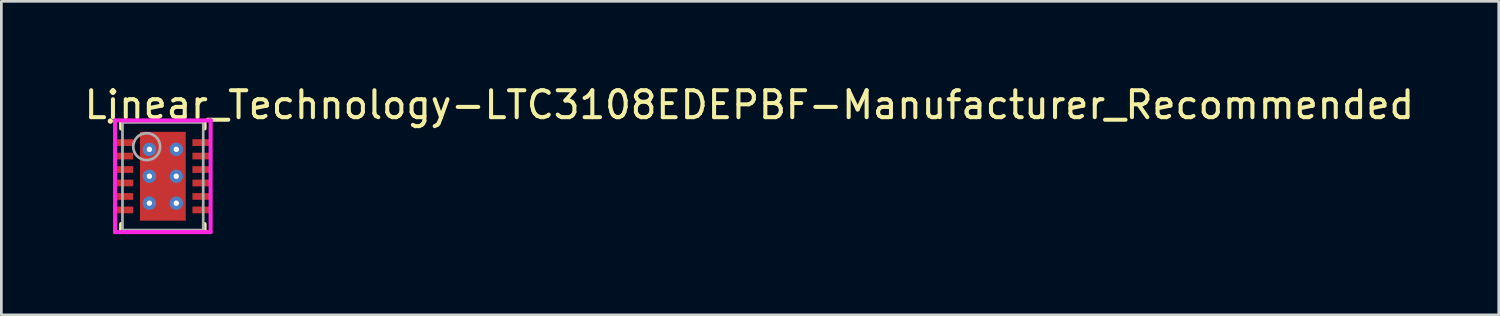
<source format=kicad_pcb>
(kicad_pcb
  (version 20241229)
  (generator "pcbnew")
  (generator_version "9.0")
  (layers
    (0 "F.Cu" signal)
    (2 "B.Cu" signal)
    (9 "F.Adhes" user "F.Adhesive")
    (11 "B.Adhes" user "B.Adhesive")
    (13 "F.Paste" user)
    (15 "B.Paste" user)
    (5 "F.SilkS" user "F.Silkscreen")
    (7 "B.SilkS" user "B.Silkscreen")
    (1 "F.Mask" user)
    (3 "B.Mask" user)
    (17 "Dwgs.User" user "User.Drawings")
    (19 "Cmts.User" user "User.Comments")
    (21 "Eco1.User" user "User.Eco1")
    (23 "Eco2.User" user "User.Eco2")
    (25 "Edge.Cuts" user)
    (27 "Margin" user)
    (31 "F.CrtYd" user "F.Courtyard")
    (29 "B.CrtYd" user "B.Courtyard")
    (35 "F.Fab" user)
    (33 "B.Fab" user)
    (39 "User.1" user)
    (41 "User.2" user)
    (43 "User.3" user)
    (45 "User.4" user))
  (footprint "Linear_Technology-LTC3108EDEPBF-Manufacturer_Recommended"
    (layer "F.Cu")
    (at 3 3.498)
    (property "Reference" "Linear_Technology-LTC3108EDEPBF-Manufacturer_Recommended" (at -3 -2.65 0) (layer "F.SilkS") (effects (font (size 1 1) (thickness 0.15)) (justify left)))
    (attr through_hole)
    (fp_line (start -1.55 -2.05) (end -1.2 -2.05) (stroke (width 0.15) (type solid)) (layer "F.SilkS"))
    (fp_line (start -1.55 -1.775) (end -1.55 -2.05) (stroke (width 0.15) (type solid)) (layer "F.SilkS"))
    (fp_line (start -1.55 2.05) (end -1.55 1.775) (stroke (width 0.15) (type solid)) (layer "F.SilkS"))
    (fp_line (start -1.55 2.05) (end -1.2 2.05) (stroke (width 0.15) (type solid)) (layer "F.SilkS"))
    (fp_line (start 1.2 -2.05) (end 1.55 -2.05) (stroke (width 0.15) (type solid)) (layer "F.SilkS"))
    (fp_line (start 1.2 2.05) (end 1.55 2.05) (stroke (width 0.15) (type solid)) (layer "F.SilkS"))
    (fp_line (start 1.55 -1.775) (end 1.55 -2.05) (stroke (width 0.15) (type solid)) (layer "F.SilkS"))
    (fp_line (start 1.55 2.05) (end 1.55 1.775) (stroke (width 0.15) (type solid)) (layer "F.SilkS"))
    (fp_circle (center -1.95 -2.05) (end -1.9 -2.05) (stroke (width 0.1) (type solid)) (fill no) (layer "F.SilkS"))
    (fp_line (start -1.775 -2.075) (end -1.775 2.075) (stroke (width 0.15) (type solid)) (layer "F.CrtYd"))
    (fp_line (start -1.775 2.075) (end 1.775 2.075) (stroke (width 0.15) (type solid)) (layer "F.CrtYd"))
    (fp_line (start 1.775 -2.075) (end -1.775 -2.075) (stroke (width 0.15) (type solid)) (layer "F.CrtYd"))
    (fp_line (start 1.775 -2.075) (end 1.775 -2.075) (stroke (width 0.15) (type solid)) (layer "F.CrtYd"))
    (fp_line (start 1.775 2.075) (end 1.775 -2.075) (stroke (width 0.15) (type solid)) (layer "F.CrtYd"))
    (fp_line (start -1.5 -2) (end 1.5 -2) (stroke (width 0.1) (type solid)) (layer "F.Fab"))
    (fp_line (start -1.5 2) (end -1.5 -2) (stroke (width 0.1) (type solid)) (layer "F.Fab"))
    (fp_line (start -1.5 2) (end 1.5 2) (stroke (width 0.1) (type solid)) (layer "F.Fab"))
    (fp_line (start 1.5 2) (end 1.5 -2) (stroke (width 0.1) (type solid)) (layer "F.Fab"))
    (fp_circle (center -0.6 -1.1) (end -0.1 -1.1) (stroke (width 0.1) (type solid)) (fill no) (layer "F.Fab"))
    (pad "1" smd rect (at -1.425 -1.25 270) (size 0.25 0.65) (layers "F.Cu" "F.Mask" "F.Paste"))
    (pad "2" smd rect (at -1.425 -0.75 270) (size 0.25 0.65) (layers "F.Cu" "F.Mask" "F.Paste"))
    (pad "3" smd rect (at -1.425 -0.25 270) (size 0.25 0.65) (layers "F.Cu" "F.Mask" "F.Paste"))
    (pad "4" smd rect (at -1.425 0.25 270) (size 0.25 0.65) (layers "F.Cu" "F.Mask" "F.Paste"))
    (pad "5" smd rect (at -1.425 0.75 270) (size 0.25 0.65) (layers "F.Cu" "F.Mask" "F.Paste"))
    (pad "6" smd rect (at -1.425 1.25 270) (size 0.25 0.65) (layers "F.Cu" "F.Mask" "F.Paste"))
    (pad "7" smd rect (at 1.425 1.25 270) (size 0.25 0.65) (layers "F.Cu" "F.Mask" "F.Paste"))
    (pad "8" smd rect (at 1.425 0.75 270) (size 0.25 0.65) (layers "F.Cu" "F.Mask" "F.Paste"))
    (pad "9" smd rect (at 1.425 0.25 270) (size 0.25 0.65) (layers "F.Cu" "F.Mask" "F.Paste"))
    (pad "10" smd rect (at 1.425 -0.25 270) (size 0.25 0.65) (layers "F.Cu" "F.Mask" "F.Paste"))
    (pad "11" smd rect (at 1.425 -0.75 270) (size 0.25 0.65) (layers "F.Cu" "F.Mask" "F.Paste"))
    (pad "12" smd rect (at 1.425 -1.25 270) (size 0.25 0.65) (layers "F.Cu" "F.Mask" "F.Paste"))
    (pad "13" thru_hole circle (at -0.5 -1) (size 0.5 0.5) (drill 0.2) (layers "*.Cu"))
    (pad "13" thru_hole circle (at -0.5 0) (size 0.5 0.5) (drill 0.2) (layers "*.Cu"))
    (pad "13" thru_hole circle (at -0.5 1) (size 0.5 0.5) (drill 0.2) (layers "*.Cu"))
    (pad "13" smd rect (at 0.000001 -0.000001 270) (size 3.3 1.7) (layers "F.Cu" "F.Mask" "F.Paste"))
    (pad "13" thru_hole circle (at 0.5 -1) (size 0.5 0.5) (drill 0.2) (layers "*.Cu"))
    (pad "13" thru_hole circle (at 0.5 0) (size 0.5 0.5) (drill 0.2) (layers "*.Cu"))
    (pad "13" thru_hole circle (at 0.5 1) (size 0.5 0.5) (drill 0.2) (layers "*.Cu")))
  (gr_rect
    (start -3 -3)
    (end 52.631 8.648)
    (stroke (width 0.1) (type default))
    (fill no)
    (layer "Edge.Cuts")))
</source>
